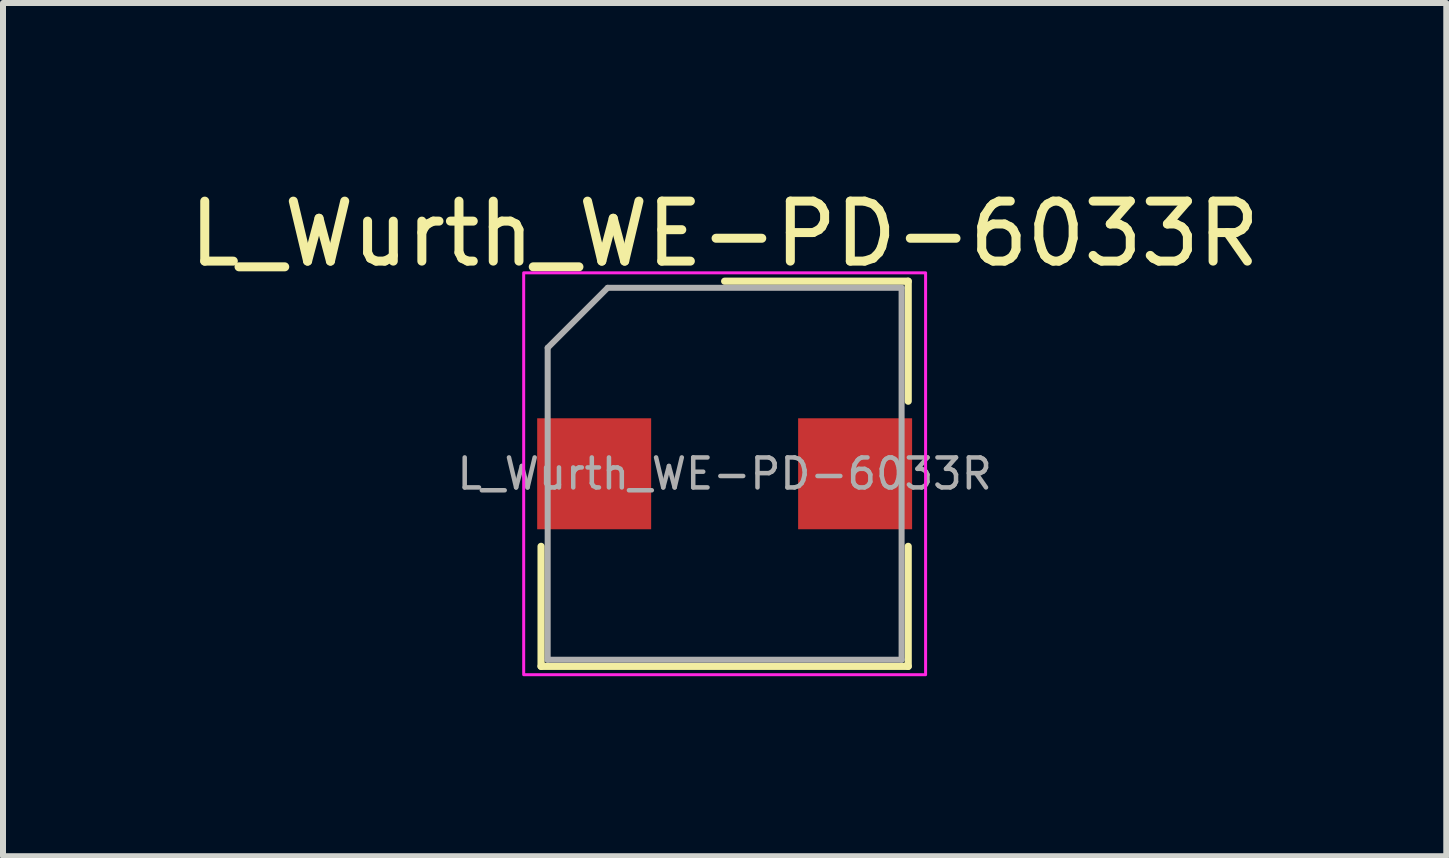
<source format=kicad_pcb>
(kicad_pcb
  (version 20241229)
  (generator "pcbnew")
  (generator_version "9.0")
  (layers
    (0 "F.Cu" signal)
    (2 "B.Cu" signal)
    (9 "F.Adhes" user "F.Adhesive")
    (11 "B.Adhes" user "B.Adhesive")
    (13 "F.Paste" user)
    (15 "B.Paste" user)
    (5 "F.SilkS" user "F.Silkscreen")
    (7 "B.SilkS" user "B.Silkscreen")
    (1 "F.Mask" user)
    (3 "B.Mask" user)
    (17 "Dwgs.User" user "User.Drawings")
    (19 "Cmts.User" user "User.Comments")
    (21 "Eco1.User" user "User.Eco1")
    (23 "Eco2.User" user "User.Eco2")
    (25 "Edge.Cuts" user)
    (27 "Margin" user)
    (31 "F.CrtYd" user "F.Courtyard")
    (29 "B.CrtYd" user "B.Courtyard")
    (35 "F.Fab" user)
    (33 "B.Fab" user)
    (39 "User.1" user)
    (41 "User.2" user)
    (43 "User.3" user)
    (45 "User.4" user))
  (footprint "L_Wurth_WE-PD-6033R"
    (layer "F.Cu")
    (at 9.03 4.848)
    (property "Reference" "L_Wurth_WE-PD-6033R" (at 0 -4 0) (unlocked yes) (layer "F.SilkS") (effects (font (size 1 1) (thickness 0.15))))
    (attr smd)
    (fp_line (start -3.06 3.21) (end -3.06 1.21) (stroke (width 0.12) (type solid)) (layer "F.SilkS"))
    (fp_line (start -3.06 3.21) (end 3.06 3.21) (stroke (width 0.12) (type solid)) (layer "F.SilkS"))
    (fp_line (start 0 -3.21) (end 3.06 -3.21) (stroke (width 0.12) (type solid)) (layer "F.SilkS"))
    (fp_line (start 3.06 -3.21) (end 3.06 -1.21) (stroke (width 0.12) (type solid)) (layer "F.SilkS"))
    (fp_line (start 3.06 1.21) (end 3.06 3.21) (stroke (width 0.12) (type solid)) (layer "F.SilkS"))
    (fp_rect (start -3.35 -3.35) (end 3.35 3.35) (stroke (width 0.05) (type solid)) (fill no) (layer "F.CrtYd"))
    (fp_line (start -2.95 3.1) (end -2.95 -2.1) (stroke (width 0.1) (type solid)) (layer "F.Fab"))
    (fp_line (start -2.95 3.1) (end 2.95 3.1) (stroke (width 0.1) (type solid)) (layer "F.Fab"))
    (fp_line (start -1.95 -3.1) (end -2.95 -2.1) (stroke (width 0.1) (type solid)) (layer "F.Fab"))
    (fp_line (start 2.95 -3.1) (end -1.95 -3.1) (stroke (width 0.1) (type solid)) (layer "F.Fab"))
    (fp_line (start 2.95 3.1) (end 2.95 -3.1) (stroke (width 0.1) (type solid)) (layer "F.Fab"))
    (fp_text user "${REFERENCE}" (at 0 0 0) (unlocked yes) (layer "F.Fab") (effects (font (size 0.5 0.5) (thickness 0.075))))
    (pad "1" smd rect (at -2.175 0 90) (size 1.85 1.9) (layers "F.Cu" "F.Mask" "F.Paste"))
    (pad "2" smd rect (at 2.175 0 90) (size 1.85 1.9) (layers "F.Cu" "F.Mask" "F.Paste")))
  (gr_rect
    (start -3 -3)
    (end 21.06 11.223)
    (stroke (width 0.1) (type default))
    (fill no)
    (layer "Edge.Cuts")))
</source>
